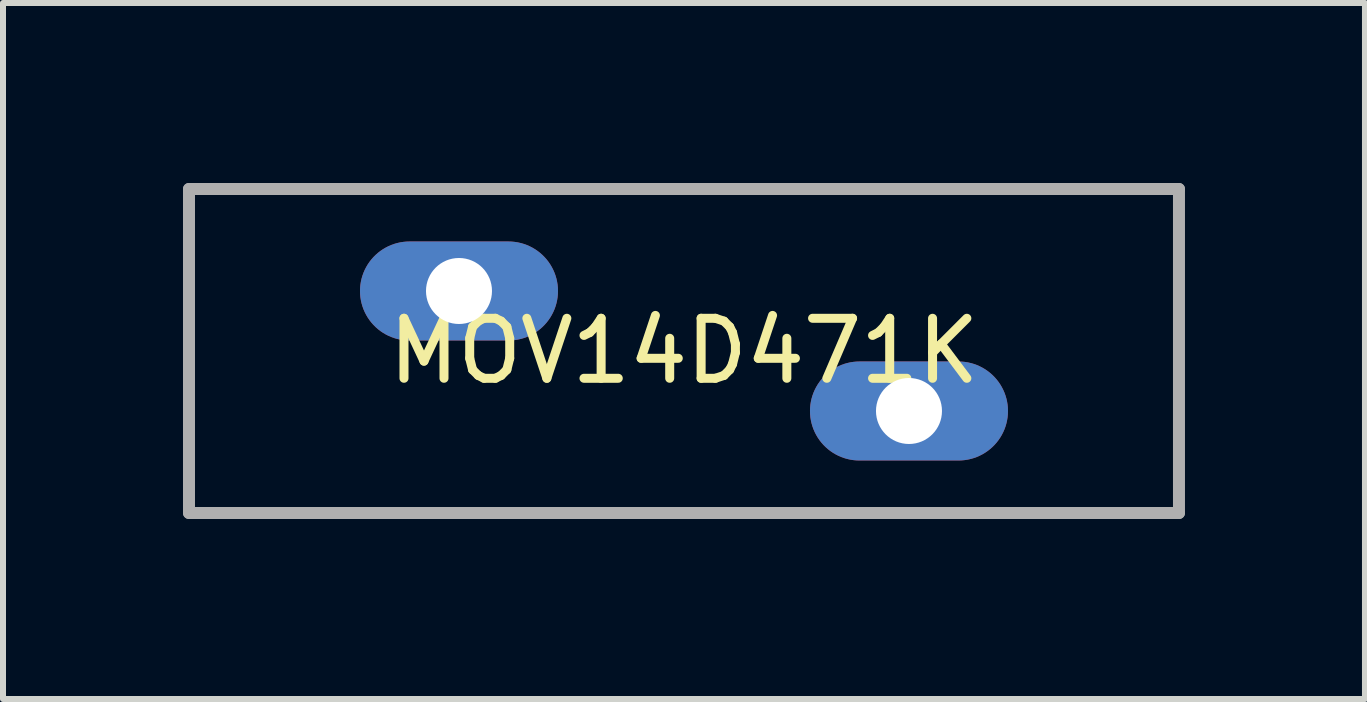
<source format=kicad_pcb>
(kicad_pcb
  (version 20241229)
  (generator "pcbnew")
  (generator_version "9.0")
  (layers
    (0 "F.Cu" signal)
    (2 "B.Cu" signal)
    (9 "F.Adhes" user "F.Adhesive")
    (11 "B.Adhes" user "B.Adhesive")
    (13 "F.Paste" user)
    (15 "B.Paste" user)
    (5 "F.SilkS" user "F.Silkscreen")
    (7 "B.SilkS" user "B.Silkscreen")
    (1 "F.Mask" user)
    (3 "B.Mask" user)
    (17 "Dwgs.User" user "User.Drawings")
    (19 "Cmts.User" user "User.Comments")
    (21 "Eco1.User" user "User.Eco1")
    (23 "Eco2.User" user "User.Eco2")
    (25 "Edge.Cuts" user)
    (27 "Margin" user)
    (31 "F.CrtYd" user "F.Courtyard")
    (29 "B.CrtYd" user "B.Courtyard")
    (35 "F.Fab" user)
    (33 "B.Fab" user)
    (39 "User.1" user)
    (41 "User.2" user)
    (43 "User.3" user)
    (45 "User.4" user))
  (footprint "MOV14D471K"
    (layer "F.Cu")
    (at 8.35 2.8)
    (property "Reference" "MOV14D471K" (at 0 0 0) (layer "F.SilkS") (effects (font (size 1 1) (thickness 0.15))))
    (attr through_hole)
    (fp_line (start -8.25 -2.7) (end 8.25 -2.7) (stroke (width 0.1) (type solid)) (layer "F.SilkS"))
    (fp_line (start -8.25 2.7) (end -8.25 -2.7) (stroke (width 0.1) (type solid)) (layer "F.SilkS"))
    (fp_line (start 8.25 -2.7) (end 8.25 2.7) (stroke (width 0.1) (type solid)) (layer "F.SilkS"))
    (fp_line (start 8.25 2.7) (end -8.25 2.7) (stroke (width 0.1) (type solid)) (layer "F.SilkS"))
    (fp_line (start -8.25 -2.7) (end 8.25 -2.7) (stroke (width 0.2) (type solid)) (layer "F.Fab"))
    (fp_line (start -8.25 2.7) (end -8.25 -2.7) (stroke (width 0.2) (type solid)) (layer "F.Fab"))
    (fp_line (start 8.25 -2.7) (end 8.25 2.7) (stroke (width 0.2) (type solid)) (layer "F.Fab"))
    (fp_line (start 8.25 2.7) (end -8.25 2.7) (stroke (width 0.2) (type solid)) (layer "F.Fab"))
    (pad "1" thru_hole oval (at -3.75 -1) (size 3.3 1.65) (drill 1.1) (layers "*.Cu" "*.Mask"))
    (pad "2" thru_hole oval (at 3.75 1) (size 3.3 1.65) (drill 1.1) (layers "*.Cu" "*.Mask")))
  (gr_rect
    (start -3 -3)
    (end 19.7 8.6)
    (stroke (width 0.1) (type default))
    (fill no)
    (layer "Edge.Cuts")))
</source>
